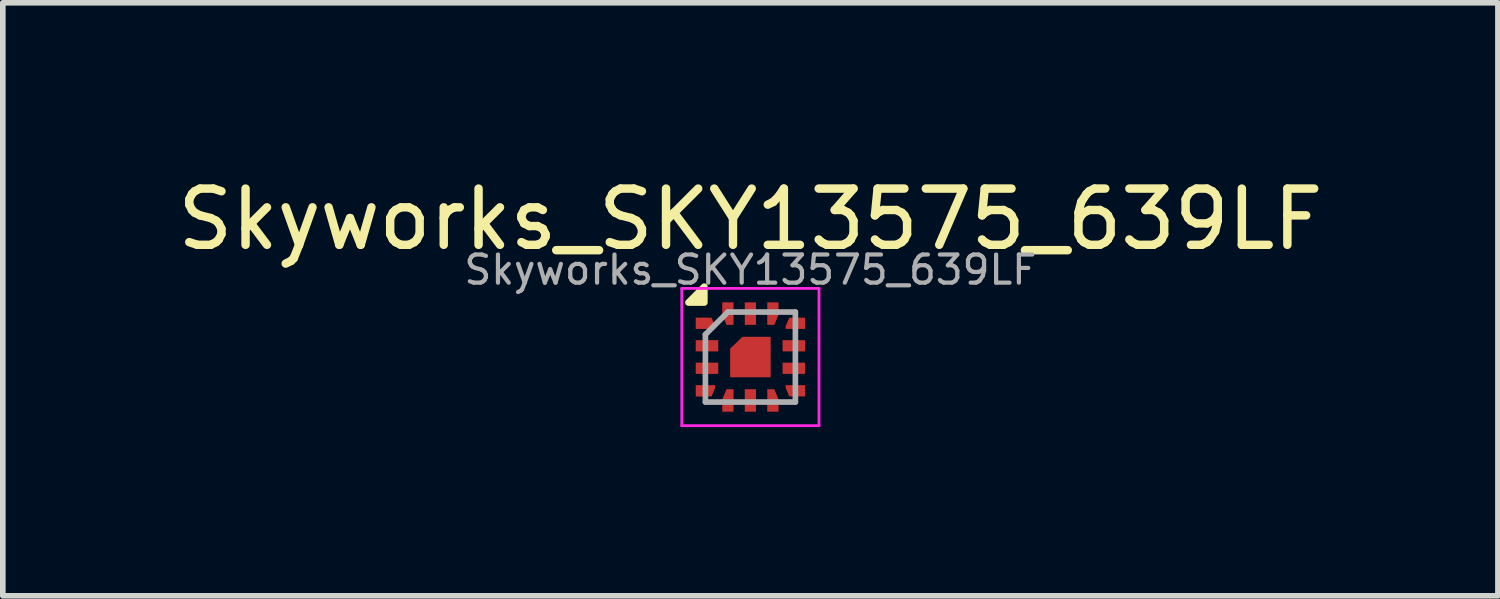
<source format=kicad_pcb>
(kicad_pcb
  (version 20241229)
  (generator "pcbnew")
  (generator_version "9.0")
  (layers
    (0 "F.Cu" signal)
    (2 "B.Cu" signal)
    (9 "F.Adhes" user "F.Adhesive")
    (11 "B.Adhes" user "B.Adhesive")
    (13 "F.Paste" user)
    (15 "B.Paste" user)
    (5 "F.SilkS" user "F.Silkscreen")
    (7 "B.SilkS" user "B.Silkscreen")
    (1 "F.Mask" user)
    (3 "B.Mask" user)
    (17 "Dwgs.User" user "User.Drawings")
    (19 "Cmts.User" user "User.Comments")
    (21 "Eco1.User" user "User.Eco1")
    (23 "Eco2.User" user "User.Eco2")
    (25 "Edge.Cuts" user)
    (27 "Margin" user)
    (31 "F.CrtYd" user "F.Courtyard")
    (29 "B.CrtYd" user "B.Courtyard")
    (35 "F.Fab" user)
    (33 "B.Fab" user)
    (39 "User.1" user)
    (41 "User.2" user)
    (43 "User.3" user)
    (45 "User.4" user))
  (footprint "Skyworks_SKY13575_639LF"
    (layer "F.Cu")
    (at 10.292 3.298)
    (property "Reference" "Skyworks_SKY13575_639LF" (at 0 -2.45 0) (layer "F.SilkS") (effects (font (size 1 1) (thickness 0.15))))
    (attr smd)
    (fp_poly (pts (xy -0.82 -0.97) (xy -1.1 -0.97) (xy -0.82 -1.25) (xy -0.82 -0.97)) (stroke (width 0.12) (type solid)) (fill yes) (layer "F.SilkS"))
    (fp_line (start -1.22 -1.22) (end -1.22 1.22) (stroke (width 0.05) (type solid)) (layer "F.CrtYd"))
    (fp_line (start -1.22 1.22) (end 1.22 1.22) (stroke (width 0.05) (type solid)) (layer "F.CrtYd"))
    (fp_line (start 1.22 -1.22) (end -1.22 -1.22) (stroke (width 0.05) (type solid)) (layer "F.CrtYd"))
    (fp_line (start 1.22 1.22) (end 1.22 -1.22) (stroke (width 0.05) (type solid)) (layer "F.CrtYd"))
    (fp_line (start -0.8 -0.4) (end -0.8 0.8) (stroke (width 0.1) (type solid)) (layer "F.Fab"))
    (fp_line (start -0.8 0.8) (end 0.8 0.8) (stroke (width 0.1) (type solid)) (layer "F.Fab"))
    (fp_line (start -0.4 -0.8) (end -0.8 -0.4) (stroke (width 0.1) (type solid)) (layer "F.Fab"))
    (fp_line (start 0.8 -0.8) (end -0.4 -0.8) (stroke (width 0.1) (type solid)) (layer "F.Fab"))
    (fp_line (start 0.8 0.8) (end 0.8 -0.8) (stroke (width 0.1) (type solid)) (layer "F.Fab"))
    (fp_text user "${REFERENCE}" (at 0 -1.55 0) (layer "F.Fab") (effects (font (size 0.5 0.5) (thickness 0.075))))
    (pad "" smd rect (at -0.185 0.185) (size 0.29 0.29) (layers "F.Paste"))
    (pad "" smd custom (at -0.17 -0.17) (size 0.1 0.1) (layers "F.Paste") (options (anchor rect)) (primitives (gr_poly (pts (xy 0.13 0.13) (xy -0.16 0.13) (xy -0.16 0.03) (xy 0.04 -0.16) (xy 0.13 -0.16)) (width 0) (fill yes))))
    (pad "" smd rect (at 0.185 -0.185) (size 0.29 0.29) (layers "F.Paste"))
    (pad "" smd rect (at 0.185 0.185) (size 0.29 0.29) (layers "F.Paste"))
    (pad "1" smd custom (at -0.866 -0.601) (size 0.2 0.2) (layers "F.Cu" "F.Mask" "F.Paste") (options (anchor rect)) (primitives (gr_poly (pts (xy 0.239 0.053) (xy 0.239 0.101) (xy -0.106 0.101) (xy -0.106 -0.099) (xy 0.175 -0.099)) (width 0) (fill yes))))
    (pad "2" smd rect (at -0.772 -0.2) (size 0.4 0.2) (layers "F.Cu" "F.Mask" "F.Paste"))
    (pad "3" smd rect (at -0.772 0.2) (size 0.4 0.2) (layers "F.Cu" "F.Mask" "F.Paste"))
    (pad "4" smd custom (at -0.866 0.602) (size 0.2 0.2) (layers "F.Cu" "F.Mask" "F.Paste") (options (anchor rect)) (primitives (gr_poly (pts (xy 0.239 -0.054) (xy 0.175 0.098) (xy -0.106 0.098) (xy -0.106 -0.102) (xy 0.239 -0.102)) (width 0) (fill yes))))
    (pad "5" smd custom (at -0.4 0.871) (size 0.19 0.2) (layers "F.Cu" "F.Mask" "F.Paste") (options (anchor rect)) (primitives (gr_poly (pts (xy 0.1 0.101) (xy -0.1 0.101) (xy -0.1 -0.119) (xy -0.025 -0.299) (xy 0.1 -0.299)) (width 0) (fill yes))))
    (pad "6" smd rect (at 0 0.772 90) (size 0.4 0.2) (layers "F.Cu" "F.Mask" "F.Paste"))
    (pad "7" smd custom (at 0.4 0.87) (size 0.19 0.2) (layers "F.Cu" "F.Mask" "F.Paste") (options (anchor rect)) (primitives (gr_poly (pts (xy 0.1 -0.118) (xy 0.1 0.102) (xy -0.1 0.102) (xy -0.1 -0.298) (xy 0.025 -0.298)) (width 0) (fill yes))))
    (pad "8" smd custom (at 0.871 0.6) (size 0.2 0.2) (layers "F.Cu" "F.Mask" "F.Paste") (options (anchor rect)) (primitives (gr_poly (pts (xy 0.101 0.1) (xy -0.18 0.1) (xy -0.244 -0.052) (xy -0.244 -0.1) (xy 0.101 -0.1)) (width 0) (fill yes))))
    (pad "9" smd rect (at 0.772 0.2) (size 0.4 0.2) (layers "F.Cu" "F.Mask" "F.Paste"))
    (pad "10" smd rect (at 0.772 -0.2) (size 0.4 0.2) (layers "F.Cu" "F.Mask" "F.Paste"))
    (pad "11" smd custom (at 0.872 -0.6) (size 0.2 0.2) (layers "F.Cu" "F.Mask" "F.Paste") (options (anchor rect)) (primitives (gr_poly (pts (xy 0.1 0.1) (xy -0.245 0.1) (xy -0.245 0.052) (xy -0.181 -0.1) (xy 0.1 -0.1)) (width 0) (fill yes))))
    (pad "12" smd custom (at 0.398 -0.87) (size 0.19 0.2) (layers "F.Cu" "F.Mask" "F.Paste") (options (anchor rect)) (primitives (gr_poly (pts (xy 0.102 0.118) (xy 0.027 0.298) (xy -0.098 0.298) (xy -0.098 -0.102) (xy 0.102 -0.102)) (width 0) (fill yes))))
    (pad "13" smd rect (at 0 -0.772 90) (size 0.4 0.2) (layers "F.Cu" "F.Mask" "F.Paste"))
    (pad "14" smd custom (at -0.4 -0.869) (size 0.19 0.2) (layers "F.Cu" "F.Mask" "F.Paste") (options (anchor rect)) (primitives (gr_poly (pts (xy 0.1 0.297) (xy -0.025 0.297) (xy -0.1 0.117) (xy -0.1 -0.103) (xy 0.1 -0.103)) (width 0) (fill yes))))
    (pad "15" smd custom (at 0 0) (size 0.29 0.29) (layers "F.Cu" "F.Mask") (options (anchor rect)) (primitives (gr_poly (pts (xy 0.36 0.36) (xy -0.36 0.36) (xy -0.36 -0.15) (xy -0.14 -0.36) (xy 0.36 -0.36)) (width 0) (fill yes)))))
  (gr_rect
    (start -3 -3)
    (end 23.583 7.543)
    (stroke (width 0.1) (type default))
    (fill no)
    (layer "Edge.Cuts")))
</source>
